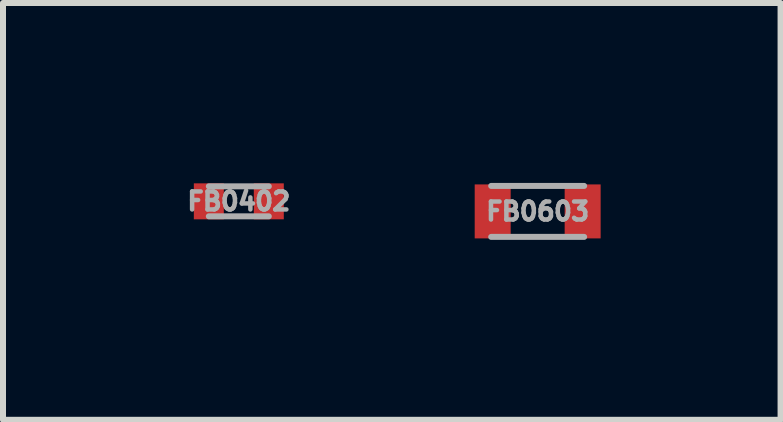
<source format=kicad_pcb>
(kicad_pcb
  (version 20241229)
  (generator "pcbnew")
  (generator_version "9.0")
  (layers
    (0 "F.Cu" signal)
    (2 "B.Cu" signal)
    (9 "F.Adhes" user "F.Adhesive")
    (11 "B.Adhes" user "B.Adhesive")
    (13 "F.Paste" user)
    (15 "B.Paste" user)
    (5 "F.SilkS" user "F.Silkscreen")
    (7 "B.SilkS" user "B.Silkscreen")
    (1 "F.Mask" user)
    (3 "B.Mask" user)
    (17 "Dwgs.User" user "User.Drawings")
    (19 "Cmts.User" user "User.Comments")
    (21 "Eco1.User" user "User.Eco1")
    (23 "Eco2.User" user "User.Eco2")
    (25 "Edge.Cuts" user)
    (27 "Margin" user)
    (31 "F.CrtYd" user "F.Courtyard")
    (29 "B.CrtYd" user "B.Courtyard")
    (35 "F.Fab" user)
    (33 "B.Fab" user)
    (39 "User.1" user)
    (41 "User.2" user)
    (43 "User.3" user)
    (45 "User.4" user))
  (footprint "FB0402"
    (layer "F.Cu")
    (at 0.932 0.307)
    (property "Reference" "FB0402" (at 0 0 0) (layer "F.Fab") (effects (font (size 0.3 0.3) (thickness 0.075))))
    (attr through_hole)
    (fp_line (start -0.5 -0.25) (end 0.5 -0.25) (stroke (width 0.1) (type solid)) (layer "F.Fab"))
    (fp_line (start 0.5 0.25) (end -0.5 0.25) (stroke (width 0.1) (type solid)) (layer "F.Fab"))
    (pad "1" smd rect (at -0.5 0) (size 0.5 0.6) (layers "F.Cu" "F.Mask" "F.Paste"))
    (pad "2" smd rect (at 0.5 0) (size 0.5 0.6) (layers "F.Cu" "F.Mask" "F.Paste")))
  (footprint "FB0603"
    (layer "F.Cu")
    (at 5.915 0.475)
    (property "Reference" "FB0603" (at 0 0 0) (layer "F.Fab") (effects (font (size 0.3 0.3) (thickness 0.075))))
    (attr through_hole)
    (fp_line (start -0.775 -0.425) (end 0.775 -0.425) (stroke (width 0.1) (type solid)) (layer "F.Fab"))
    (fp_line (start 0.775 0.425) (end -0.775 0.425) (stroke (width 0.1) (type solid)) (layer "F.Fab"))
    (pad "1" smd rect (at -0.75 0) (size 0.6 0.9) (layers "F.Cu" "F.Mask" "F.Paste"))
    (pad "2" smd rect (at 0.75 0) (size 0.6 0.9) (layers "F.Cu" "F.Mask" "F.Paste")))
  (gr_rect
    (start -3 -3)
    (end 9.965 3.95)
    (stroke (width 0.1) (type default))
    (fill no)
    (layer "Edge.Cuts")))
</source>
